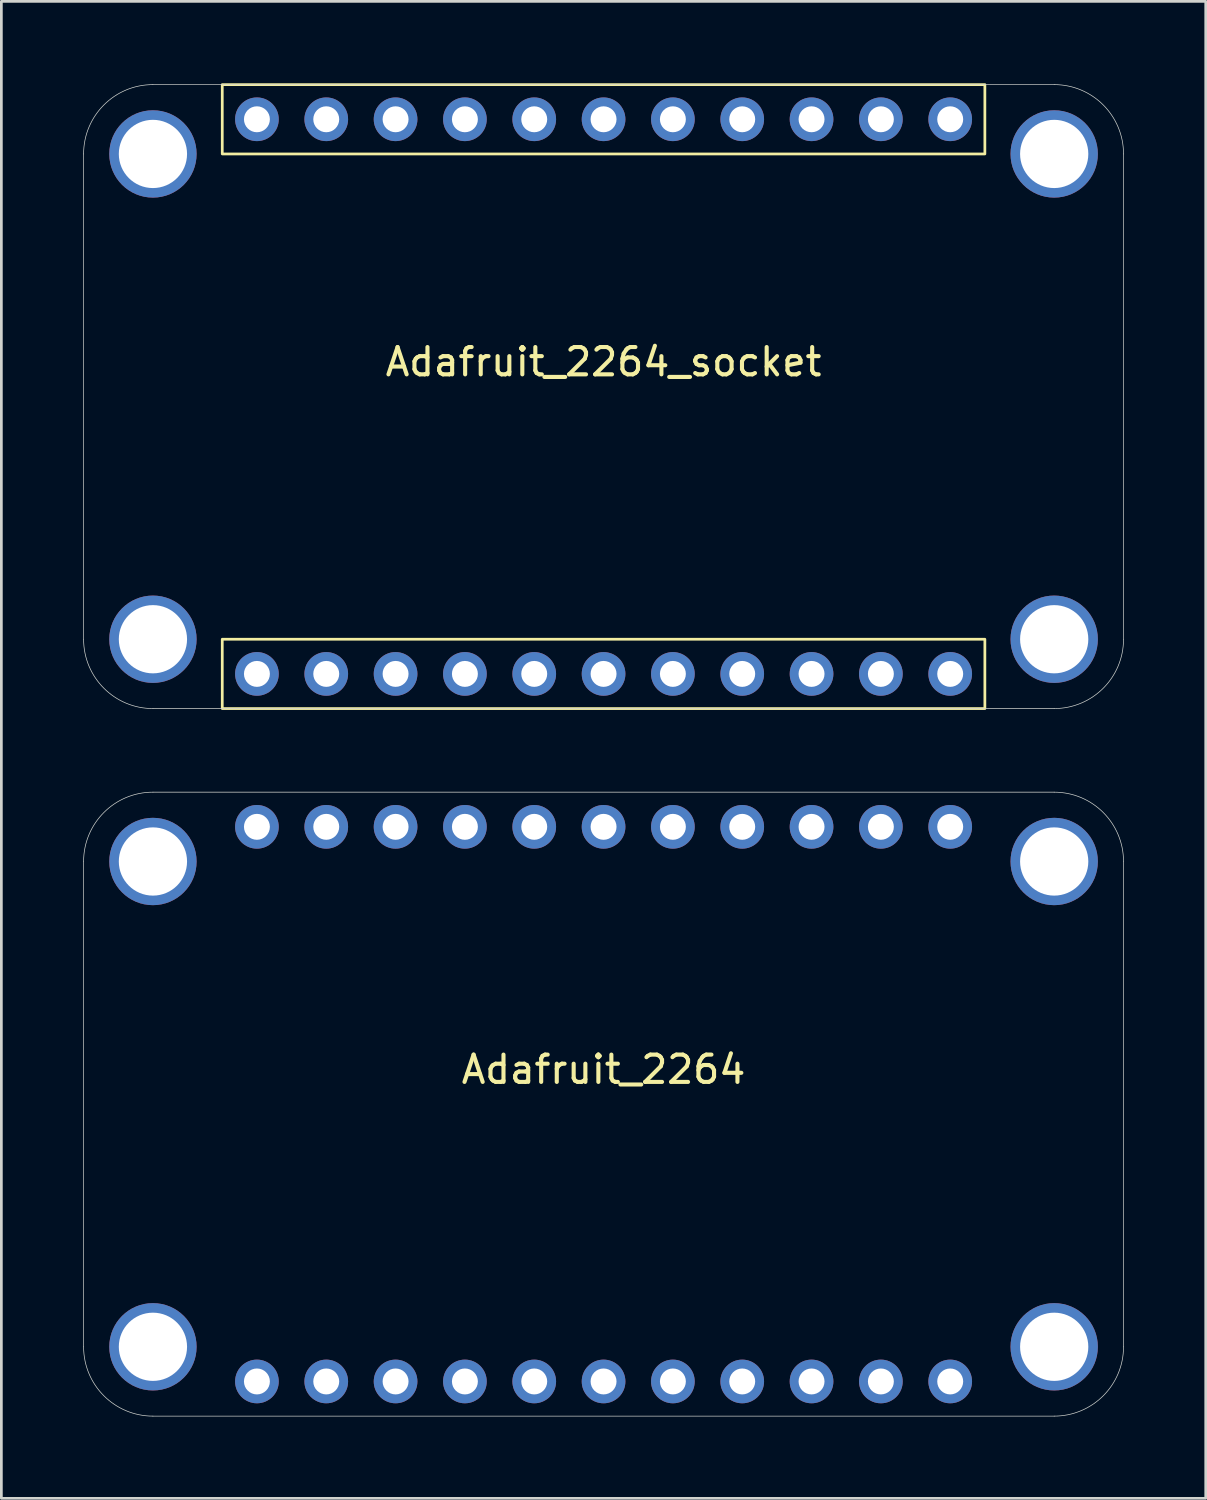
<source format=kicad_pcb>
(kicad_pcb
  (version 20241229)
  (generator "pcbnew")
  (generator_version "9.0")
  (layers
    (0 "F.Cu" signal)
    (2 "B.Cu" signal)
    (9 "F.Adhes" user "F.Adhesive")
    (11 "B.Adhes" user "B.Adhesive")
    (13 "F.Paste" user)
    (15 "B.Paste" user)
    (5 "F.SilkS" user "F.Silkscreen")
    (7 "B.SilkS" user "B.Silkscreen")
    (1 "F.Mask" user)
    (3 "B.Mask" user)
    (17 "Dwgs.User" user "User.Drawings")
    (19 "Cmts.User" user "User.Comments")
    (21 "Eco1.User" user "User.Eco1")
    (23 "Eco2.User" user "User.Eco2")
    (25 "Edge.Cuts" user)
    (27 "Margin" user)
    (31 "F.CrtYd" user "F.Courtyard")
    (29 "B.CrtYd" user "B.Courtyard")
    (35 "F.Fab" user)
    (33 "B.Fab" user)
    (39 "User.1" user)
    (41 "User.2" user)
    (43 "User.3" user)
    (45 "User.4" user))
  (footprint "Adafruit_2264_socket"
    (layer "F.Cu")
    (at 19.063 11.48)
    (property "Reference" "Adafruit_2264_socket" (at 0 -1.27 0) (unlocked yes) (layer "F.SilkS") (effects (font (size 1 1) (thickness 0.15))))
    (attr through_hole)
    (fp_rect (start -13.97 -11.43) (end 13.97 -8.89) (stroke (width 0.1) (type default)) (fill no) (layer "F.SilkS"))
    (fp_rect (start -13.97 8.89) (end 13.97 11.43) (stroke (width 0.1) (type default)) (fill no) (layer "F.SilkS"))
    (fp_line (start -19.05 -8.89) (end -19.05 8.89) (stroke (width 0.025) (type default)) (layer "Edge.Cuts"))
    (fp_line (start -16.51 11.43) (end 16.51 11.43) (stroke (width 0.025) (type default)) (layer "Edge.Cuts"))
    (fp_line (start 16.51 -11.43) (end -16.51 -11.43) (stroke (width 0.025) (type default)) (layer "Edge.Cuts"))
    (fp_line (start 19.05 8.89) (end 19.05 -8.89) (stroke (width 0.025) (type default)) (layer "Edge.Cuts"))
    (fp_arc (start -19.05 -8.89) (mid -18.306051 -10.686051) (end -16.51 -11.43) (stroke (width 0.0254) (type default)) (layer "Edge.Cuts"))
    (fp_arc (start -16.51 11.43) (mid -18.306051 10.686051) (end -19.05 8.89) (stroke (width 0.0254) (type default)) (layer "Edge.Cuts"))
    (fp_arc (start 16.51 -11.43) (mid 18.306051 -10.686051) (end 19.05 -8.89) (stroke (width 0.0254) (type default)) (layer "Edge.Cuts"))
    (fp_arc (start 19.05 8.89) (mid 18.306051 10.686051) (end 16.51 11.43) (stroke (width 0.0254) (type default)) (layer "Edge.Cuts"))
    (pad "1" thru_hole circle (at -12.7 10.16) (size 1.6 1.6) (drill 0.95) (layers "*.Cu" "*.Mask"))
    (pad "2" thru_hole circle (at -10.16 10.16) (size 1.6 1.6) (drill 0.95) (layers "*.Cu" "*.Mask"))
    (pad "3" thru_hole circle (at -7.62 10.16) (size 1.6 1.6) (drill 0.95) (layers "*.Cu" "*.Mask"))
    (pad "4" thru_hole circle (at -5.08 10.16) (size 1.6 1.6) (drill 0.95) (layers "*.Cu" "*.Mask"))
    (pad "5" thru_hole circle (at -2.54 10.16) (size 1.6 1.6) (drill 0.95) (layers "*.Cu" "*.Mask"))
    (pad "6" thru_hole circle (at 0 10.16) (size 1.6 1.6) (drill 0.95) (layers "*.Cu" "*.Mask"))
    (pad "7" thru_hole circle (at 2.54 10.16) (size 1.6 1.6) (drill 0.95) (layers "*.Cu" "*.Mask"))
    (pad "8" thru_hole circle (at 5.08 10.16) (size 1.6 1.6) (drill 0.95) (layers "*.Cu" "*.Mask"))
    (pad "9" thru_hole circle (at 7.62 10.16) (size 1.6 1.6) (drill 0.95) (layers "*.Cu" "*.Mask"))
    (pad "10" thru_hole circle (at 10.16 10.16) (size 1.6 1.6) (drill 0.95) (layers "*.Cu" "*.Mask"))
    (pad "11" thru_hole circle (at 12.7 10.16) (size 1.6 1.6) (drill 0.95) (layers "*.Cu" "*.Mask"))
    (pad "12" thru_hole circle (at 12.7 -10.16) (size 1.6 1.6) (drill 0.95) (layers "*.Cu" "*.Mask"))
    (pad "13" thru_hole circle (at 10.16 -10.16) (size 1.6 1.6) (drill 0.95) (layers "*.Cu" "*.Mask"))
    (pad "14" thru_hole circle (at 7.62 -10.16) (size 1.6 1.6) (drill 0.95) (layers "*.Cu" "*.Mask"))
    (pad "15" thru_hole circle (at 5.08 -10.16) (size 1.6 1.6) (drill 0.95) (layers "*.Cu" "*.Mask"))
    (pad "16" thru_hole circle (at 2.54 -10.16) (size 1.6 1.6) (drill 0.95) (layers "*.Cu" "*.Mask"))
    (pad "17" thru_hole circle (at 0 -10.16) (size 1.6 1.6) (drill 0.95) (layers "*.Cu" "*.Mask"))
    (pad "18" thru_hole circle (at -2.54 -10.16) (size 1.6 1.6) (drill 0.95) (layers "*.Cu" "*.Mask"))
    (pad "19" thru_hole circle (at -5.08 -10.16) (size 1.6 1.6) (drill 0.95) (layers "*.Cu" "*.Mask"))
    (pad "20" thru_hole circle (at -7.62 -10.16) (size 1.6 1.6) (drill 0.95) (layers "*.Cu" "*.Mask"))
    (pad "21" thru_hole circle (at -10.16 -10.16) (size 1.6 1.6) (drill 0.95) (layers "*.Cu" "*.Mask"))
    (pad "22" thru_hole circle (at -12.7 -10.16) (size 1.6 1.6) (drill 0.95) (layers "*.Cu" "*.Mask"))
    (pad "M" thru_hole circle (at -16.51 -8.89) (size 3.2 3.2) (drill 2.5) (layers "*.Cu" "*.Mask"))
    (pad "M" thru_hole circle (at -16.51 8.89) (size 3.2 3.2) (drill 2.5) (layers "*.Cu" "*.Mask"))
    (pad "M" thru_hole circle (at 16.51 -8.89) (size 3.2 3.2) (drill 2.5) (layers "*.Cu" "*.Mask"))
    (pad "M" thru_hole circle (at 16.51 8.89) (size 3.2 3.2) (drill 2.5) (layers "*.Cu" "*.Mask")))
  (footprint "Adafruit_2264"
    (layer "F.Cu")
    (at 19.063 37.403)
    (property "Reference" "Adafruit_2264" (at 0 -1.27 0) (unlocked yes) (layer "F.SilkS") (effects (font (size 1 1) (thickness 0.15))))
    (attr through_hole)
    (fp_line (start -19.05 -8.89) (end -19.05 8.89) (stroke (width 0.025) (type default)) (layer "Edge.Cuts"))
    (fp_line (start -16.51 11.43) (end 16.51 11.43) (stroke (width 0.025) (type default)) (layer "Edge.Cuts"))
    (fp_line (start 16.51 -11.43) (end -16.51 -11.43) (stroke (width 0.025) (type default)) (layer "Edge.Cuts"))
    (fp_line (start 19.05 8.89) (end 19.05 -8.89) (stroke (width 0.025) (type default)) (layer "Edge.Cuts"))
    (fp_arc (start -19.05 -8.89) (mid -18.306051 -10.686051) (end -16.51 -11.43) (stroke (width 0.0254) (type default)) (layer "Edge.Cuts"))
    (fp_arc (start -16.51 11.43) (mid -18.306051 10.686051) (end -19.05 8.89) (stroke (width 0.0254) (type default)) (layer "Edge.Cuts"))
    (fp_arc (start 16.51 -11.43) (mid 18.306051 -10.686051) (end 19.05 -8.89) (stroke (width 0.0254) (type default)) (layer "Edge.Cuts"))
    (fp_arc (start 19.05 8.89) (mid 18.306051 10.686051) (end 16.51 11.43) (stroke (width 0.0254) (type default)) (layer "Edge.Cuts"))
    (pad "1" thru_hole circle (at -12.7 10.16) (size 1.6 1.6) (drill 0.95) (layers "*.Cu" "*.Mask"))
    (pad "2" thru_hole circle (at -10.16 10.16) (size 1.6 1.6) (drill 0.95) (layers "*.Cu" "*.Mask"))
    (pad "3" thru_hole circle (at -7.62 10.16) (size 1.6 1.6) (drill 0.95) (layers "*.Cu" "*.Mask"))
    (pad "4" thru_hole circle (at -5.08 10.16) (size 1.6 1.6) (drill 0.95) (layers "*.Cu" "*.Mask"))
    (pad "5" thru_hole circle (at -2.54 10.16) (size 1.6 1.6) (drill 0.95) (layers "*.Cu" "*.Mask"))
    (pad "6" thru_hole circle (at 0 10.16) (size 1.6 1.6) (drill 0.95) (layers "*.Cu" "*.Mask"))
    (pad "7" thru_hole circle (at 2.54 10.16) (size 1.6 1.6) (drill 0.95) (layers "*.Cu" "*.Mask"))
    (pad "8" thru_hole circle (at 5.08 10.16) (size 1.6 1.6) (drill 0.95) (layers "*.Cu" "*.Mask"))
    (pad "9" thru_hole circle (at 7.62 10.16) (size 1.6 1.6) (drill 0.95) (layers "*.Cu" "*.Mask"))
    (pad "10" thru_hole circle (at 10.16 10.16) (size 1.6 1.6) (drill 0.95) (layers "*.Cu" "*.Mask"))
    (pad "11" thru_hole circle (at 12.7 10.16) (size 1.6 1.6) (drill 0.95) (layers "*.Cu" "*.Mask"))
    (pad "12" thru_hole circle (at 12.7 -10.16) (size 1.6 1.6) (drill 0.95) (layers "*.Cu" "*.Mask"))
    (pad "13" thru_hole circle (at 10.16 -10.16) (size 1.6 1.6) (drill 0.95) (layers "*.Cu" "*.Mask"))
    (pad "14" thru_hole circle (at 7.62 -10.16) (size 1.6 1.6) (drill 0.95) (layers "*.Cu" "*.Mask"))
    (pad "15" thru_hole circle (at 5.08 -10.16) (size 1.6 1.6) (drill 0.95) (layers "*.Cu" "*.Mask"))
    (pad "16" thru_hole circle (at 2.54 -10.16) (size 1.6 1.6) (drill 0.95) (layers "*.Cu" "*.Mask"))
    (pad "17" thru_hole circle (at 0 -10.16) (size 1.6 1.6) (drill 0.95) (layers "*.Cu" "*.Mask"))
    (pad "18" thru_hole circle (at -2.54 -10.16) (size 1.6 1.6) (drill 0.95) (layers "*.Cu" "*.Mask"))
    (pad "19" thru_hole circle (at -5.08 -10.16) (size 1.6 1.6) (drill 0.95) (layers "*.Cu" "*.Mask"))
    (pad "20" thru_hole circle (at -7.62 -10.16) (size 1.6 1.6) (drill 0.95) (layers "*.Cu" "*.Mask"))
    (pad "21" thru_hole circle (at -10.16 -10.16) (size 1.6 1.6) (drill 0.95) (layers "*.Cu" "*.Mask"))
    (pad "22" thru_hole circle (at -12.7 -10.16) (size 1.6 1.6) (drill 0.95) (layers "*.Cu" "*.Mask"))
    (pad "M" thru_hole circle (at -16.51 -8.89) (size 3.2 3.2) (drill 2.5) (layers "*.Cu" "*.Mask"))
    (pad "M" thru_hole circle (at -16.51 8.89) (size 3.2 3.2) (drill 2.5) (layers "*.Cu" "*.Mask"))
    (pad "M" thru_hole circle (at 16.51 -8.89) (size 3.2 3.2) (drill 2.5) (layers "*.Cu" "*.Mask"))
    (pad "M" thru_hole circle (at 16.51 8.89) (size 3.2 3.2) (drill 2.5) (layers "*.Cu" "*.Mask")))
  (gr_rect
    (start -3 -3)
    (end 41.125 51.845)
    (stroke (width 0.1) (type default))
    (fill no)
    (layer "Edge.Cuts")))
</source>
